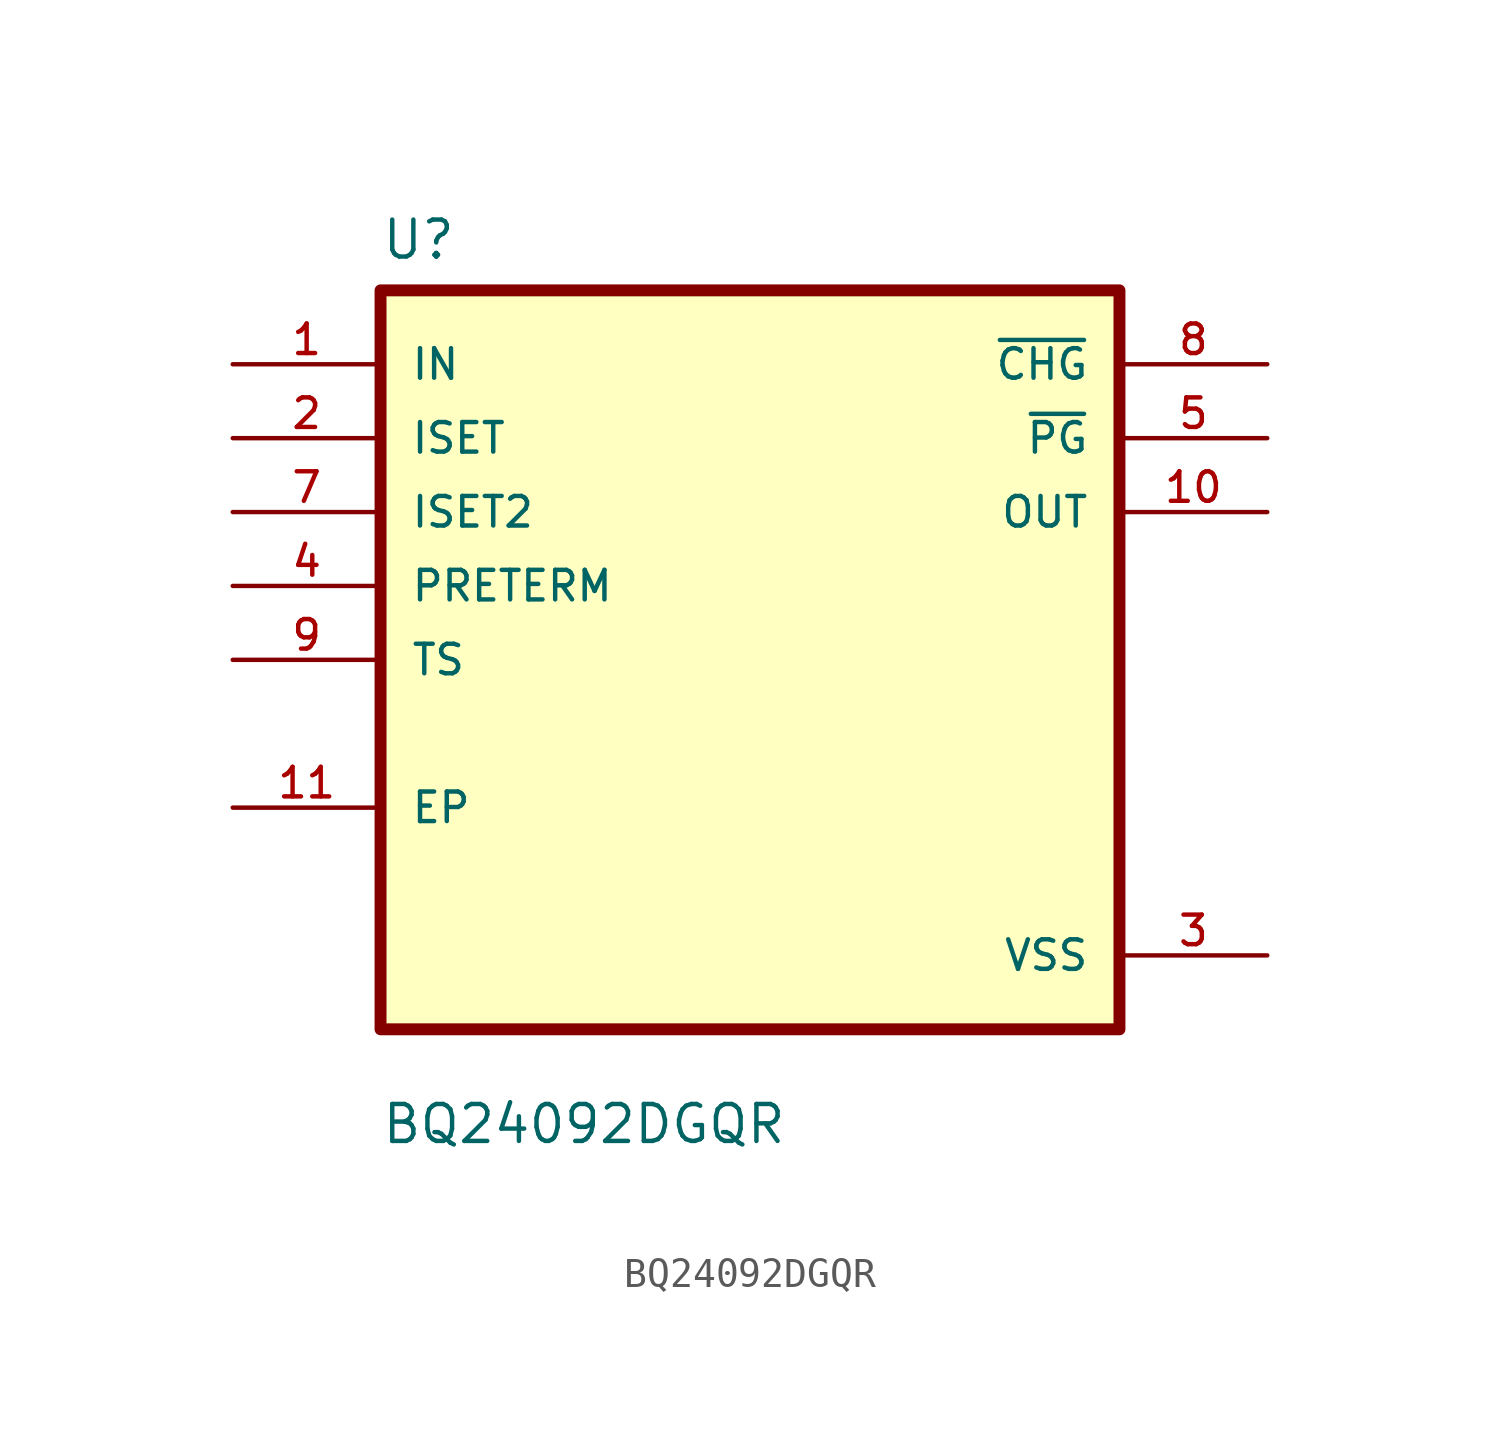
<source format=kicad_sym>
(kicad_symbol_lib
  (version 20211014)
  (generator kicad_symbol_editor)
  (symbol "BQ24092DGQR"
    (pin_names
      (offset 1.016))
    (property "Reference" "U"
      (at -12.7 13.7 0.0)
      (effects (font (size 1.27 1.27)) (justify bottom left)))
    (property "Value" "BQ24092DGQR"
      (at -12.7 -16.7 0.0)
      (effects (font (size 1.27 1.27)) (justify bottom left)))
    (symbol "BQ24092DGQR_0_0"
      (rectangle (start -12.7 -12.7) (end 12.7 12.7) (stroke (width 0.41)) (fill (type background)))
      (pin input line (at -17.78 10.16 0) (length 5.08) (name "IN" (effects (font (size 1.016 1.016)))) (number "1" (effects (font (size 1.016 1.016)))))
      (pin input line (at -17.78 7.62 0) (length 5.08) (name "ISET" (effects (font (size 1.016 1.016)))) (number "2" (effects (font (size 1.016 1.016)))))
      (pin input line (at -17.78 5.08 0) (length 5.08) (name "ISET2" (effects (font (size 1.016 1.016)))) (number "7" (effects (font (size 1.016 1.016)))))
      (pin input line (at -17.78 2.54 0) (length 5.08) (name "PRETERM" (effects (font (size 1.016 1.016)))) (number "4" (effects (font (size 1.016 1.016)))))
      (pin input line (at -17.78 0.0 0) (length 5.08) (name "TS" (effects (font (size 1.016 1.016)))) (number "9" (effects (font (size 1.016 1.016)))))
      (pin bidirectional line (at -17.78 -5.08 0) (length 5.08) (name "EP" (effects (font (size 1.016 1.016)))) (number "11" (effects (font (size 1.016 1.016)))))
      (pin output line (at 17.78 10.16 180.0) (length 5.08) (name "~{CHG}" (effects (font (size 1.016 1.016)))) (number "8" (effects (font (size 1.016 1.016)))))
      (pin output line (at 17.78 7.62 180.0) (length 5.08) (name "~{PG}" (effects (font (size 1.016 1.016)))) (number "5" (effects (font (size 1.016 1.016)))))
      (pin output line (at 17.78 5.08 180.0) (length 5.08) (name "OUT" (effects (font (size 1.016 1.016)))) (number "10" (effects (font (size 1.016 1.016)))))
      (pin power_in line (at 17.78 -10.16 180.0) (length 5.08) (name "VSS" (effects (font (size 1.016 1.016)))) (number "3" (effects (font (size 1.016 1.016))))))))
</source>
